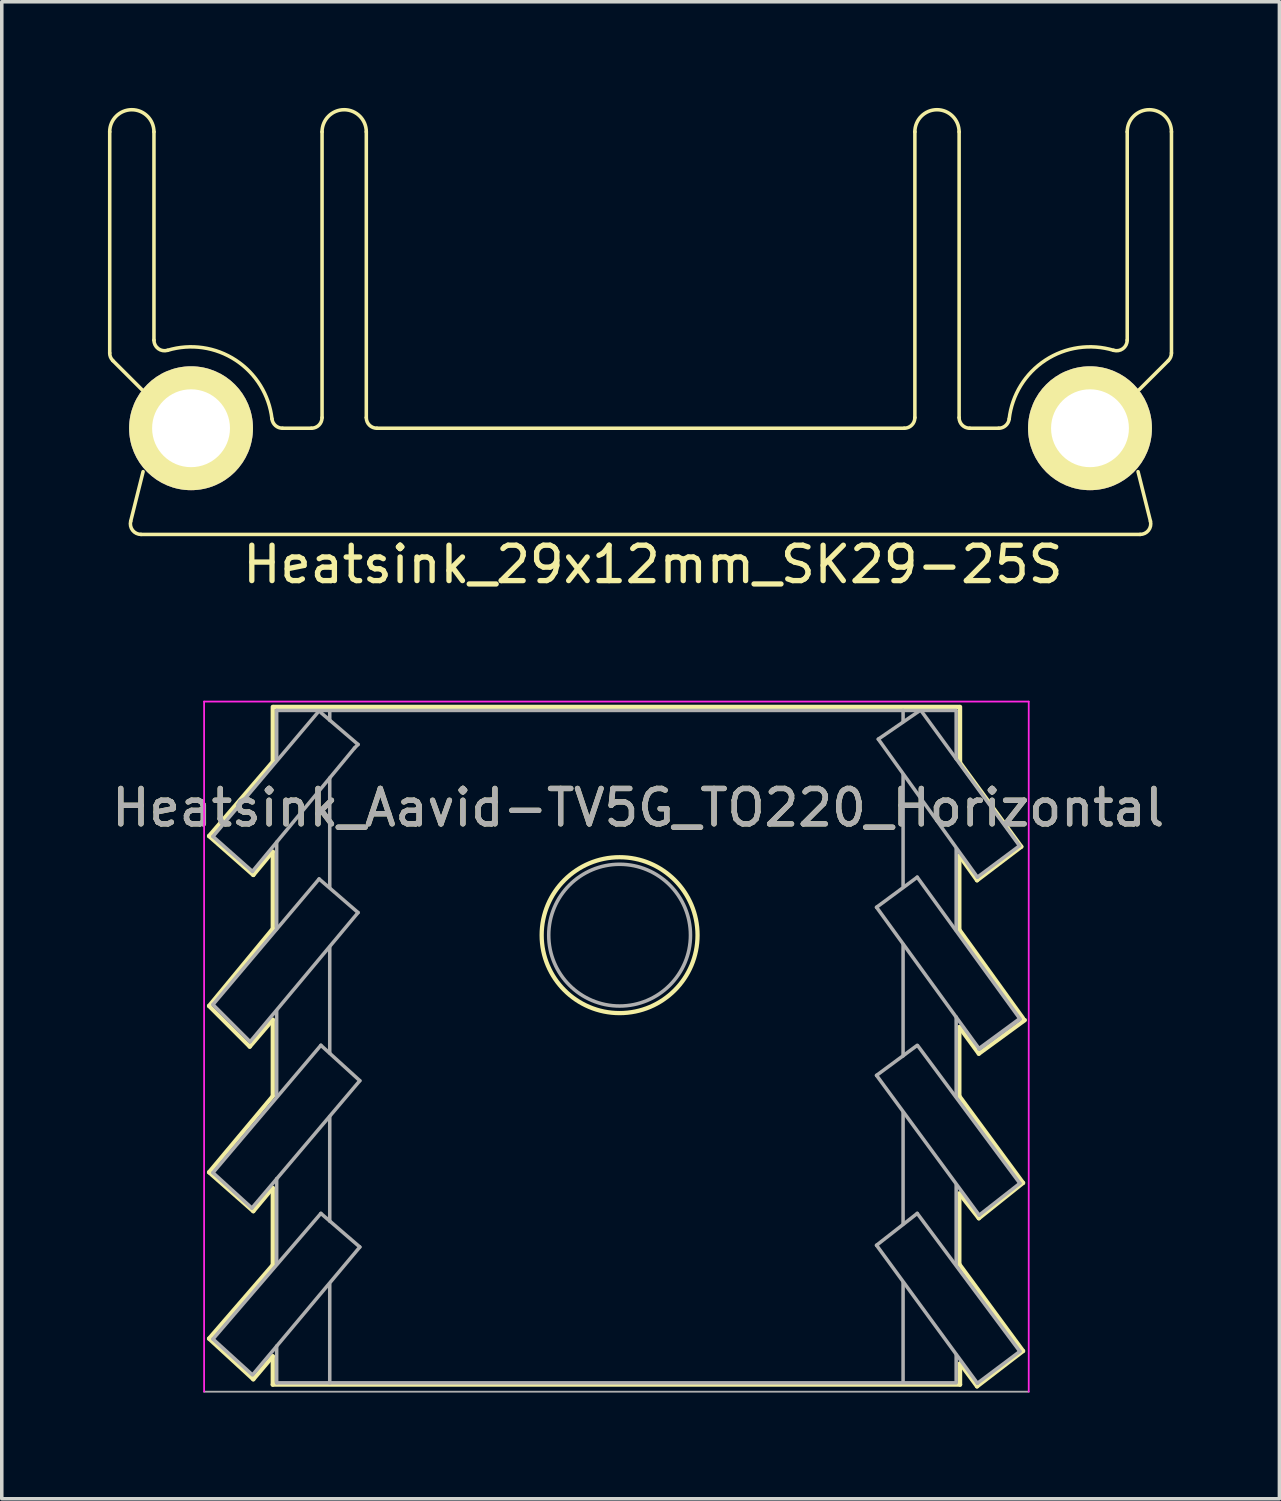
<source format=kicad_pcb>
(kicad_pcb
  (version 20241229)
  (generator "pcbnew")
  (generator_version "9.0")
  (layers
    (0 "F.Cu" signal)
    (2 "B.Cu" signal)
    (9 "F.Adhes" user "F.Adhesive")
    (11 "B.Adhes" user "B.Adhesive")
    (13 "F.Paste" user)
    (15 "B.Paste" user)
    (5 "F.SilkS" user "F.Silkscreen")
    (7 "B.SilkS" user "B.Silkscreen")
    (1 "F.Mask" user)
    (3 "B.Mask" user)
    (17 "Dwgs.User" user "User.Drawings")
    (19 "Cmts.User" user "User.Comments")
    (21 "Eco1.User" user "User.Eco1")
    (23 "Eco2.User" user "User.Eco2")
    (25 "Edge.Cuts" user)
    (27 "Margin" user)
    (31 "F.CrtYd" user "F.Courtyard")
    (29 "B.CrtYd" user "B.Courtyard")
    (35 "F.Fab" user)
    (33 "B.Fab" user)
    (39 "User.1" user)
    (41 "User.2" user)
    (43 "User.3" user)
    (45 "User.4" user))
  (footprint "Heatsink_Aavid-TV5G_TO220_Horizontal"
    (layer "F.Cu")
    (at 14.367 23.373)
    (property "Reference" "Heatsink_Aavid-TV5G_TO220_Horizontal" (at 0.615 -3.6 0) (layer "F.SilkS") (effects (font (size 1 1) (thickness 0.15))))
    (attr through_hole)
    (fp_line (start -11.51 -2.8) (end -9.7 -4.91) (stroke (width 0.12) (type solid)) (layer "F.SilkS"))
    (fp_line (start -11.51 2) (end -9.71 -0.18) (stroke (width 0.12) (type solid)) (layer "F.SilkS"))
    (fp_line (start -11.51 6.7) (end -9.71 4.55) (stroke (width 0.12) (type solid)) (layer "F.SilkS"))
    (fp_line (start -11.51 11.4) (end -9.71 9.32) (stroke (width 0.12) (type solid)) (layer "F.SilkS"))
    (fp_line (start -10.36 3.15) (end -11.51 2) (stroke (width 0.12) (type solid)) (layer "F.SilkS"))
    (fp_line (start -10.26 -1.7) (end -11.51 -2.8) (stroke (width 0.12) (type solid)) (layer "F.SilkS"))
    (fp_line (start -10.26 7.8) (end -11.51 6.7) (stroke (width 0.12) (type solid)) (layer "F.SilkS"))
    (fp_line (start -10.26 12.55) (end -11.51 11.4) (stroke (width 0.12) (type solid)) (layer "F.SilkS"))
    (fp_line (start -9.71 -4.94) (end -9.71 -6.45) (stroke (width 0.12) (type solid)) (layer "F.SilkS"))
    (fp_line (start -9.71 -2.36) (end -10.26 -1.7) (stroke (width 0.12) (type solid)) (layer "F.SilkS"))
    (fp_line (start -9.71 -0.19) (end -9.71 -2.35) (stroke (width 0.12) (type solid)) (layer "F.SilkS"))
    (fp_line (start -9.71 2.39) (end -10.36 3.15) (stroke (width 0.12) (type solid)) (layer "F.SilkS"))
    (fp_line (start -9.71 4.54) (end -9.71 2.39) (stroke (width 0.12) (type solid)) (layer "F.SilkS"))
    (fp_line (start -9.71 7.14) (end -10.26 7.8) (stroke (width 0.12) (type solid)) (layer "F.SilkS"))
    (fp_line (start -9.71 9.32) (end -9.71 7.15) (stroke (width 0.12) (type solid)) (layer "F.SilkS"))
    (fp_line (start -9.71 11.9) (end -10.26 12.55) (stroke (width 0.12) (type solid)) (layer "F.SilkS"))
    (fp_line (start -9.71 12.7) (end -9.71 11.9) (stroke (width 0.12) (type solid)) (layer "F.SilkS"))
    (fp_line (start -9.69 -6.45) (end 9.69 -6.45) (stroke (width 0.12) (type solid)) (layer "F.SilkS"))
    (fp_line (start 9.69 -4.9) (end 11.44 -2.5) (stroke (width 0.12) (type solid)) (layer "F.SilkS"))
    (fp_line (start 9.69 -2.25) (end 9.69 -0.15) (stroke (width 0.12) (type solid)) (layer "F.SilkS"))
    (fp_line (start 9.69 -0.15) (end 11.49 2.35) (stroke (width 0.12) (type solid)) (layer "F.SilkS"))
    (fp_line (start 9.69 2.6) (end 9.69 4.55) (stroke (width 0.12) (type solid)) (layer "F.SilkS"))
    (fp_line (start 9.69 4.55) (end 11.49 7) (stroke (width 0.12) (type solid)) (layer "F.SilkS"))
    (fp_line (start 9.69 7.3) (end 9.69 9.3) (stroke (width 0.12) (type solid)) (layer "F.SilkS"))
    (fp_line (start 9.69 9.3) (end 11.49 11.75) (stroke (width 0.12) (type solid)) (layer "F.SilkS"))
    (fp_line (start 9.71 -6.45) (end 9.71 -4.9) (stroke (width 0.12) (type solid)) (layer "F.SilkS"))
    (fp_line (start 9.71 12.1) (end 9.71 12.7) (stroke (width 0.12) (type solid)) (layer "F.SilkS"))
    (fp_line (start 9.71 12.7) (end -9.71 12.7) (stroke (width 0.12) (type solid)) (layer "F.SilkS"))
    (fp_line (start 10.19 -1.55) (end 9.69 -2.25) (stroke (width 0.12) (type solid)) (layer "F.SilkS"))
    (fp_line (start 10.19 12.75) (end 9.71 12.1) (stroke (width 0.12) (type solid)) (layer "F.SilkS"))
    (fp_line (start 10.24 3.35) (end 9.69 2.6) (stroke (width 0.12) (type solid)) (layer "F.SilkS"))
    (fp_line (start 10.24 8) (end 9.69 7.3) (stroke (width 0.12) (type solid)) (layer "F.SilkS"))
    (fp_line (start 11.44 -2.5) (end 10.19 -1.55) (stroke (width 0.12) (type solid)) (layer "F.SilkS"))
    (fp_line (start 11.49 7) (end 10.24 8) (stroke (width 0.12) (type solid)) (layer "F.SilkS"))
    (fp_line (start 11.49 11.75) (end 10.19 12.75) (stroke (width 0.12) (type solid)) (layer "F.SilkS"))
    (fp_line (start 11.54 2.4) (end 10.24 3.35) (stroke (width 0.12) (type solid)) (layer "F.SilkS"))
    (fp_circle (center 0.09 0) (end 2.29 -0.1) (stroke (width 0.12) (type solid)) (fill no) (layer "F.SilkS"))
    (fp_line (start -11.65 -6.6) (end -11.65 12.9) (stroke (width 0.05) (type solid)) (layer "F.CrtYd"))
    (fp_line (start 11.65 -6.6) (end -11.65 -6.6) (stroke (width 0.05) (type solid)) (layer "F.CrtYd"))
    (fp_line (start 11.65 12.9) (end 11.65 -6.6) (stroke (width 0.05) (type solid)) (layer "F.CrtYd"))
    (fp_line (start -11.65 12.9) (end 11.65 12.9) (stroke (width 0.05) (type solid)) (layer "F.Fab"))
    (fp_line (start -11.4 -2.788) (end -10.285 -1.8) (stroke (width 0.1) (type solid)) (layer "F.Fab"))
    (fp_line (start -11.4 1.962) (end -10.35 3.012) (stroke (width 0.1) (type solid)) (layer "F.Fab"))
    (fp_line (start -11.4 1.962) (end -8.4 -1.588) (stroke (width 0.1) (type solid)) (layer "F.Fab"))
    (fp_line (start -11.4 6.712) (end -8.35 3.112) (stroke (width 0.1) (type solid)) (layer "F.Fab"))
    (fp_line (start -11.4 11.412) (end -10.285 12.425) (stroke (width 0.1) (type solid)) (layer "F.Fab"))
    (fp_line (start -11.4 11.412) (end -8.35 7.862) (stroke (width 0.1) (type solid)) (layer "F.Fab"))
    (fp_line (start -10.35 3.012) (end -7.3 -0.638) (stroke (width 0.1) (type solid)) (layer "F.Fab"))
    (fp_line (start -10.3 7.712) (end -11.4 6.712) (stroke (width 0.1) (type solid)) (layer "F.Fab"))
    (fp_line (start -10.285 -1.8) (end -7.4 -5.288) (stroke (width 0.1) (type solid)) (layer "F.Fab"))
    (fp_line (start -9.6 -6.35) (end -9.6 -4.95) (stroke (width 0.1) (type solid)) (layer "F.Fab"))
    (fp_line (start -9.6 -2.63) (end -9.6 -0.18) (stroke (width 0.1) (type solid)) (layer "F.Fab"))
    (fp_line (start -9.6 2.13) (end -9.6 4.56) (stroke (width 0.1) (type solid)) (layer "F.Fab"))
    (fp_line (start -9.6 6.88) (end -9.6 9.3) (stroke (width 0.1) (type solid)) (layer "F.Fab"))
    (fp_line (start -9.6 11.61) (end -9.6 12.65) (stroke (width 0.1) (type solid)) (layer "F.Fab"))
    (fp_line (start -9.6 12.65) (end 9.6 12.65) (stroke (width 0.1) (type solid)) (layer "F.Fab"))
    (fp_line (start -8.4 -6.338) (end -11.4 -2.788) (stroke (width 0.1) (type solid)) (layer "F.Fab"))
    (fp_line (start -8.35 -6.288) (end -7.3 -5.388) (stroke (width 0.1) (type solid)) (layer "F.Fab"))
    (fp_line (start -8.35 3.112) (end -7.25 4.112) (stroke (width 0.1) (type solid)) (layer "F.Fab"))
    (fp_line (start -8.35 7.862) (end -7.25 8.812) (stroke (width 0.1) (type solid)) (layer "F.Fab"))
    (fp_line (start -8.1 -6.338) (end -8.1 -6.07) (stroke (width 0.1) (type solid)) (layer "F.Fab"))
    (fp_line (start -8.1 -4.44) (end -8.1 -1.35) (stroke (width 0.1) (type solid)) (layer "F.Fab"))
    (fp_line (start -8.1 0.34) (end -8.1 3.33) (stroke (width 0.1) (type solid)) (layer "F.Fab"))
    (fp_line (start -8.1 5.13) (end -8.1 8.08) (stroke (width 0.1) (type solid)) (layer "F.Fab"))
    (fp_line (start -8.1 9.86) (end -8.1 12.65) (stroke (width 0.1) (type solid)) (layer "F.Fab"))
    (fp_line (start -7.3 -5.388) (end -7.4 -5.288) (stroke (width 0.1) (type solid)) (layer "F.Fab"))
    (fp_line (start -7.3 -0.638) (end -8.4 -1.588) (stroke (width 0.1) (type solid)) (layer "F.Fab"))
    (fp_line (start -7.25 4.112) (end -10.3 7.712) (stroke (width 0.1) (type solid)) (layer "F.Fab"))
    (fp_line (start -7.25 8.812) (end -10.26 12.4) (stroke (width 0.1) (type solid)) (layer "F.Fab"))
    (fp_line (start 7.35 -0.788) (end 8.5 -1.638) (stroke (width 0.1) (type solid)) (layer "F.Fab"))
    (fp_line (start 7.35 3.962) (end 8.5 3.112) (stroke (width 0.1) (type solid)) (layer "F.Fab"))
    (fp_line (start 7.35 8.762) (end 10.2 12.662) (stroke (width 0.1) (type solid)) (layer "F.Fab"))
    (fp_line (start 7.4 -5.538) (end 10.2 -1.638) (stroke (width 0.1) (type solid)) (layer "F.Fab"))
    (fp_line (start 8.1 -6.35) (end 8.1 -6.03) (stroke (width 0.1) (type solid)) (layer "F.Fab"))
    (fp_line (start 8.1 -4.538) (end 8.1 -1.388) (stroke (width 0.1) (type solid)) (layer "F.Fab"))
    (fp_line (start 8.1 0.262) (end 8.1 3.412) (stroke (width 0.1) (type solid)) (layer "F.Fab"))
    (fp_line (start 8.1 5.012) (end 8.1 8.162) (stroke (width 0.1) (type solid)) (layer "F.Fab"))
    (fp_line (start 8.1 9.812) (end 8.1 12.612) (stroke (width 0.1) (type solid)) (layer "F.Fab"))
    (fp_line (start 8.5 -1.638) (end 11.4 2.362) (stroke (width 0.1) (type solid)) (layer "F.Fab"))
    (fp_line (start 8.5 7.862) (end 7.35 8.762) (stroke (width 0.1) (type solid)) (layer "F.Fab"))
    (fp_line (start 8.515 3.125) (end 11.4 7.012) (stroke (width 0.1) (type solid)) (layer "F.Fab"))
    (fp_line (start 8.55 -6.33) (end 7.4 -5.538) (stroke (width 0.1) (type solid)) (layer "F.Fab"))
    (fp_line (start 9.6 -6.35) (end -9.6 -6.35) (stroke (width 0.1) (type solid)) (layer "F.Fab"))
    (fp_line (start 9.6 -6.338) (end 9.6 -4.98) (stroke (width 0.1) (type solid)) (layer "F.Fab"))
    (fp_line (start 9.6 -2.438) (end 9.6 -0.138) (stroke (width 0.1) (type solid)) (layer "F.Fab"))
    (fp_line (start 9.6 2.312) (end 9.6 4.562) (stroke (width 0.1) (type solid)) (layer "F.Fab"))
    (fp_line (start 9.6 7.062) (end 9.6 9.312) (stroke (width 0.1) (type solid)) (layer "F.Fab"))
    (fp_line (start 9.6 11.862) (end 9.6 12.612) (stroke (width 0.1) (type solid)) (layer "F.Fab"))
    (fp_line (start 10.2 -1.638) (end 11.39 -2.525) (stroke (width 0.1) (type solid)) (layer "F.Fab"))
    (fp_line (start 10.2 12.662) (end 11.4 11.762) (stroke (width 0.1) (type solid)) (layer "F.Fab"))
    (fp_line (start 10.25 3.212) (end 7.35 -0.788) (stroke (width 0.1) (type solid)) (layer "F.Fab"))
    (fp_line (start 10.25 7.912) (end 7.35 3.962) (stroke (width 0.1) (type solid)) (layer "F.Fab"))
    (fp_line (start 11.39 -2.525) (end 8.61 -6.34) (stroke (width 0.1) (type solid)) (layer "F.Fab"))
    (fp_line (start 11.39 2.375) (end 10.25 3.212) (stroke (width 0.12) (type solid)) (layer "F.Fab"))
    (fp_line (start 11.4 7.012) (end 10.25 7.912) (stroke (width 0.1) (type solid)) (layer "F.Fab"))
    (fp_line (start 11.4 11.762) (end 8.5 7.862) (stroke (width 0.1) (type solid)) (layer "F.Fab"))
    (fp_circle (center 0.09 0) (end 2.09 0.1) (stroke (width 0.1) (type solid)) (fill no) (layer "F.Fab"))
    (fp_text user "${REFERENCE}" (at 0.615 -3.6 0) (layer "F.Fab") (effects (font (size 1 1) (thickness 0.15)))))
  (footprint "Heatsink_29x12mm_SK29-25S"
    (layer "F.Cu")
    (at 14.898 10.9)
    (property "Reference" "Heatsink_29x12mm_SK29-25S" (at 0.5 2 0) (layer "F.SilkS") (effects (font (size 1 1) (thickness 0.15))))
    (attr through_hole)
    (fp_line (start -14.848 -3.974) (end -14.848 -10.225) (stroke (width 0.1) (type solid)) (layer "F.SilkS"))
    (fp_line (start -14.255 0.777) (end -13.905 -0.623) (stroke (width 0.1) (type solid)) (layer "F.SilkS"))
    (fp_line (start -13.936 -2.938) (end -14.761 -3.762) (stroke (width 0.1) (type solid)) (layer "F.SilkS"))
    (fp_line (start -13.598 -10.225) (end -13.598 -4.339) (stroke (width 0.1) (type solid)) (layer "F.SilkS"))
    (fp_line (start -9.966 -1.85) (end -9.148 -1.85) (stroke (width 0.1) (type solid)) (layer "F.SilkS"))
    (fp_line (start -8.848 -2.15) (end -8.848 -10.225) (stroke (width 0.1) (type solid)) (layer "F.SilkS"))
    (fp_line (start -7.598 -10.225) (end -7.598 -2.15) (stroke (width 0.1) (type solid)) (layer "F.SilkS"))
    (fp_line (start -7.298 -1.85) (end 7.602 -1.85) (stroke (width 0.1) (type solid)) (layer "F.SilkS"))
    (fp_line (start 7.902 -2.15) (end 7.902 -10.225) (stroke (width 0.1) (type solid)) (layer "F.SilkS"))
    (fp_line (start 9.152 -10.225) (end 9.152 -2.15) (stroke (width 0.1) (type solid)) (layer "F.SilkS"))
    (fp_line (start 9.452 -1.85) (end 10.269 -1.85) (stroke (width 0.1) (type solid)) (layer "F.SilkS"))
    (fp_line (start 13.902 -4.339) (end 13.902 -10.225) (stroke (width 0.1) (type solid)) (layer "F.SilkS"))
    (fp_line (start 14.208 -0.623) (end 14.558 0.777) (stroke (width 0.1) (type solid)) (layer "F.SilkS"))
    (fp_line (start 14.267 1.15) (end -13.964 1.15) (stroke (width 0.1) (type solid)) (layer "F.SilkS"))
    (fp_line (start 15.064 -3.762) (end 14.239 -2.938) (stroke (width 0.1) (type solid)) (layer "F.SilkS"))
    (fp_line (start 15.152 -10.225) (end 15.152 -3.974) (stroke (width 0.1) (type solid)) (layer "F.SilkS"))
    (fp_arc (start -14.8484 -10.225) (mid -14.2234 -10.85) (end -13.5984 -10.225) (stroke (width 0.1) (type solid)) (layer "F.SilkS"))
    (fp_arc (start -14.760532 -3.762132) (mid -14.825564 -3.859459) (end -14.8484 -3.974264) (stroke (width 0.1) (type solid)) (layer "F.SilkS"))
    (fp_arc (start -13.964167 1.15) (mid -14.200629 1.034624) (end -14.25521 0.777239) (stroke (width 0.1) (type solid)) (layer "F.SilkS"))
    (fp_arc (start -13.211862 -4.052231) (mid -13.477339 -4.098687) (end -13.5984 -4.339478) (stroke (width 0.1) (type solid)) (layer "F.SilkS"))
    (fp_arc (start -13.211862 -4.05223) (mid -11.285509 -3.772265) (end -10.263762 -2.115385) (stroke (width 0.1) (type solid)) (layer "F.SilkS"))
    (fp_arc (start -9.965766 -1.85) (mid -10.165285 -1.925964) (end -10.263762 -2.115385) (stroke (width 0.1) (type solid)) (layer "F.SilkS"))
    (fp_arc (start -8.8484 -10.225) (mid -8.2234 -10.85) (end -7.5984 -10.225) (stroke (width 0.1) (type solid)) (layer "F.SilkS"))
    (fp_arc (start -8.8484 -2.15) (mid -8.936268 -1.937868) (end -9.1484 -1.85) (stroke (width 0.1) (type solid)) (layer "F.SilkS"))
    (fp_arc (start -7.2984 -1.85) (mid -7.510532 -1.937868) (end -7.5984 -2.15) (stroke (width 0.1) (type solid)) (layer "F.SilkS"))
    (fp_arc (start 7.9016 -10.225) (mid 8.5266 -10.85) (end 9.1516 -10.225) (stroke (width 0.1) (type solid)) (layer "F.SilkS"))
    (fp_arc (start 7.9016 -2.15) (mid 7.813732 -1.937868) (end 7.6016 -1.85) (stroke (width 0.1) (type solid)) (layer "F.SilkS"))
    (fp_arc (start 9.4516 -1.85) (mid 9.239468 -1.937868) (end 9.1516 -2.15) (stroke (width 0.1) (type solid)) (layer "F.SilkS"))
    (fp_arc (start 10.566962 -2.115385) (mid 10.468485 -1.925964) (end 10.268966 -1.85) (stroke (width 0.1) (type solid)) (layer "F.SilkS"))
    (fp_arc (start 10.566962 -2.115385) (mid 11.588708 -3.772266) (end 13.515062 -4.05223) (stroke (width 0.1) (type solid)) (layer "F.SilkS"))
    (fp_arc (start 13.9016 -10.225) (mid 14.5266 -10.85) (end 15.1516 -10.225) (stroke (width 0.1) (type solid)) (layer "F.SilkS"))
    (fp_arc (start 13.9016 -4.339479) (mid 13.78054 -4.098687) (end 13.515062 -4.05223) (stroke (width 0.1) (type solid)) (layer "F.SilkS"))
    (fp_arc (start 14.55841 0.777239) (mid 14.503829 1.034624) (end 14.267367 1.15) (stroke (width 0.1) (type solid)) (layer "F.SilkS"))
    (fp_arc (start 15.1516 -3.974264) (mid 15.128764 -3.859459) (end 15.063732 -3.762132) (stroke (width 0.1) (type solid)) (layer "F.SilkS"))
    (pad "~" thru_hole circle (at -12.55 -1.85 90) (size 3.5 3.5) (drill 2.2) (layers "*.Cu" "*.Mask" "F.SilkS"))
    (pad "~" thru_hole circle (at 12.85 -1.85 90) (size 3.5 3.5) (drill 2.2) (layers "*.Cu" "*.Mask" "F.SilkS")))
  (gr_rect
    (start -3 -3)
    (end 33.1 39.298)
    (stroke (width 0.1) (type default))
    (fill no)
    (layer "Edge.Cuts")))
</source>
